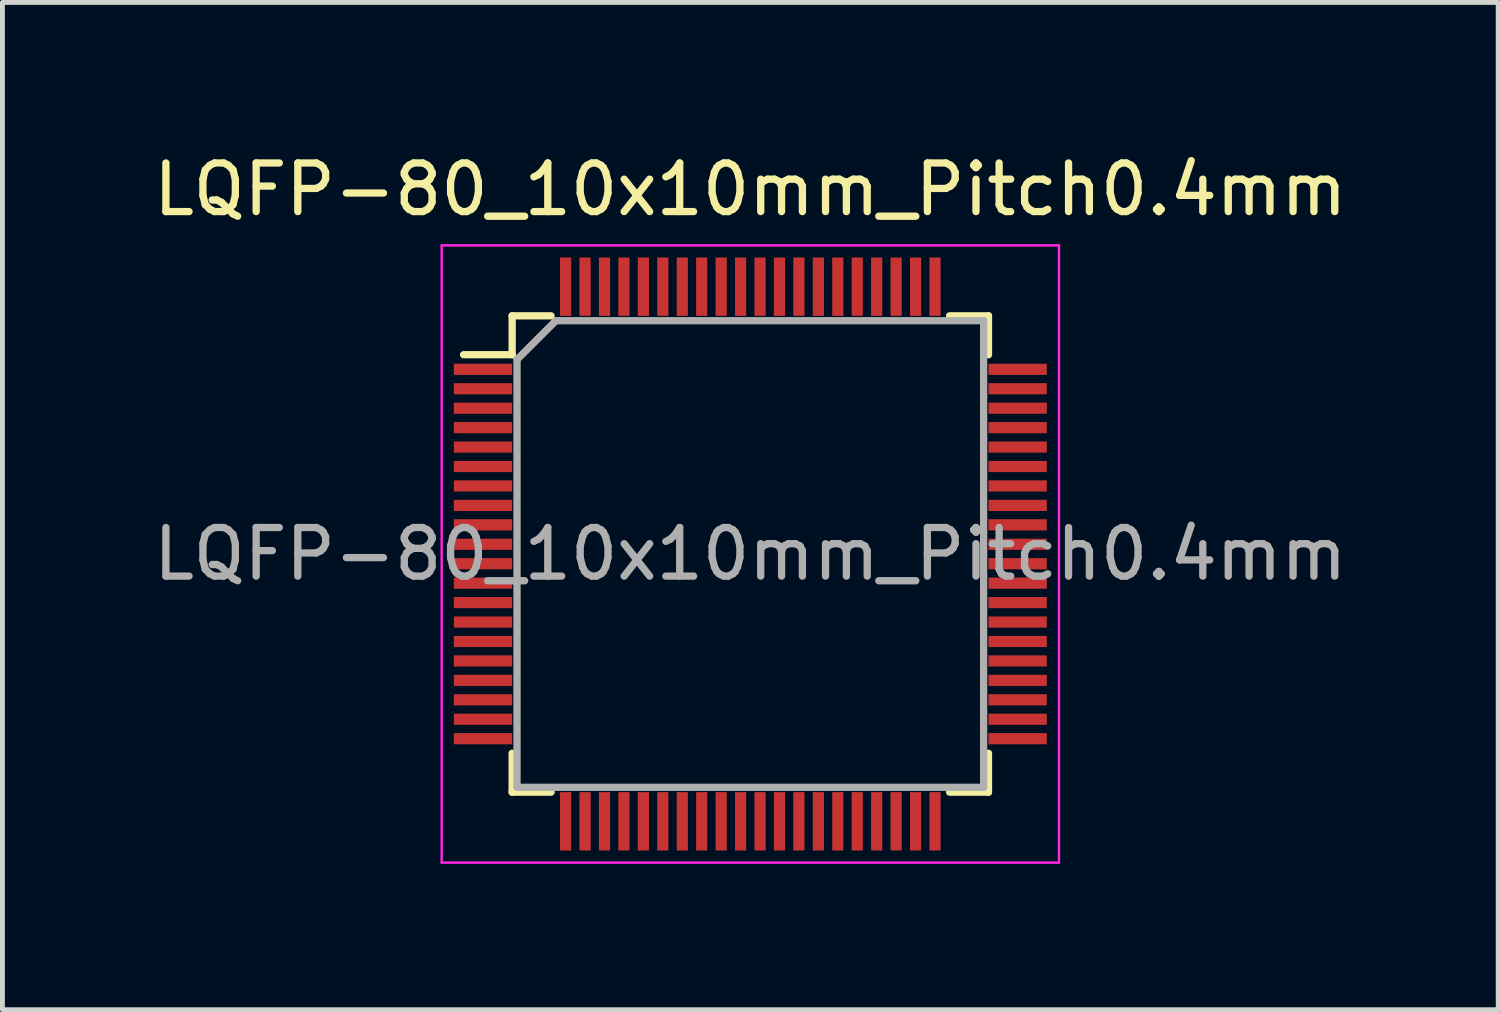
<source format=kicad_pcb>
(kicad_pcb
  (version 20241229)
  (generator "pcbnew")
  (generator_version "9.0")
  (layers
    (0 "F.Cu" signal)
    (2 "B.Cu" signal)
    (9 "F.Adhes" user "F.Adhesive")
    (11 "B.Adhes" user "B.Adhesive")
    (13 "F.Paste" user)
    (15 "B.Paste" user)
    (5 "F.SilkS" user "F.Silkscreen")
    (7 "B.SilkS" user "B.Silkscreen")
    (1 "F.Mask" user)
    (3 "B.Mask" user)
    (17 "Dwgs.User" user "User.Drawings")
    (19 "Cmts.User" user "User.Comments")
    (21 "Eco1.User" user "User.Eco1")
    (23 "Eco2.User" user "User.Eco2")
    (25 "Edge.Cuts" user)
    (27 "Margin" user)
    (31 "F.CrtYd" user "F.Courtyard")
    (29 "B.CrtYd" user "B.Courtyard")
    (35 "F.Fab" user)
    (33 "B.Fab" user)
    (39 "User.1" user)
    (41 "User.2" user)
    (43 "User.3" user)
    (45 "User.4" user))
  (footprint "LQFP-80_10x10mm_Pitch0.4mm"
    (layer "F.Cu")
    (at 12.387 8.348)
    (property "Reference" "LQFP-80_10x10mm_Pitch0.4mm" (at 0 -7.5 0) (layer "F.SilkS") (effects (font (size 1 1) (thickness 0.15))))
    (attr smd)
    (fp_line (start -5.9 -4.1) (end -4.9 -4.1) (stroke (width 0.15) (type solid)) (layer "F.SilkS"))
    (fp_line (start -4.9 -4.9) (end -4.1 -4.9) (stroke (width 0.15) (type solid)) (layer "F.SilkS"))
    (fp_line (start -4.9 -4.1) (end -4.9 -4.9) (stroke (width 0.15) (type solid)) (layer "F.SilkS"))
    (fp_line (start -4.9 4.9) (end -4.9 4.1) (stroke (width 0.15) (type solid)) (layer "F.SilkS"))
    (fp_line (start -4.1 4.9) (end -4.9 4.9) (stroke (width 0.15) (type solid)) (layer "F.SilkS"))
    (fp_line (start 4.1 -4.9) (end 4.9 -4.9) (stroke (width 0.15) (type solid)) (layer "F.SilkS"))
    (fp_line (start 4.1 4.9) (end 4.9 4.9) (stroke (width 0.15) (type solid)) (layer "F.SilkS"))
    (fp_line (start 4.9 -4.9) (end 4.9 -4.1) (stroke (width 0.15) (type solid)) (layer "F.SilkS"))
    (fp_line (start 4.9 4.9) (end 4.9 4.1) (stroke (width 0.15) (type solid)) (layer "F.SilkS"))
    (fp_line (start -6.35 -6.35) (end 6.35 -6.35) (stroke (width 0.05) (type solid)) (layer "F.CrtYd"))
    (fp_line (start -6.35 6.35) (end -6.35 -6.35) (stroke (width 0.05) (type solid)) (layer "F.CrtYd"))
    (fp_line (start 6.35 -6.35) (end 6.35 6.35) (stroke (width 0.05) (type solid)) (layer "F.CrtYd"))
    (fp_line (start 6.35 6.35) (end -6.35 6.35) (stroke (width 0.05) (type solid)) (layer "F.CrtYd"))
    (fp_line (start -4.8 -4) (end -4 -4.8) (stroke (width 0.15) (type solid)) (layer "F.Fab"))
    (fp_line (start -4.8 4.8) (end -4.8 -4) (stroke (width 0.15) (type solid)) (layer "F.Fab"))
    (fp_line (start -4 -4.8) (end 4.8 -4.8) (stroke (width 0.15) (type solid)) (layer "F.Fab"))
    (fp_line (start 4.8 -4.8) (end 4.8 4.8) (stroke (width 0.15) (type solid)) (layer "F.Fab"))
    (fp_line (start 4.8 4.8) (end -4.8 4.8) (stroke (width 0.15) (type solid)) (layer "F.Fab"))
    (fp_text user "${REFERENCE}" (at 0 0 0) (layer "F.Fab") (effects (font (size 1 1) (thickness 0.15))))
    (pad "1" smd rect (at -5.5 -3.8 90) (size 0.23 1.2) (layers "F.Cu" "F.Mask" "F.Paste"))
    (pad "2" smd rect (at -5.5 -3.4 90) (size 0.23 1.2) (layers "F.Cu" "F.Mask" "F.Paste"))
    (pad "3" smd rect (at -5.5 -3 90) (size 0.23 1.2) (layers "F.Cu" "F.Mask" "F.Paste"))
    (pad "4" smd rect (at -5.5 -2.6 90) (size 0.23 1.2) (layers "F.Cu" "F.Mask" "F.Paste"))
    (pad "5" smd rect (at -5.5 -2.2 90) (size 0.23 1.2) (layers "F.Cu" "F.Mask" "F.Paste"))
    (pad "6" smd rect (at -5.5 -1.8 90) (size 0.23 1.2) (layers "F.Cu" "F.Mask" "F.Paste"))
    (pad "7" smd rect (at -5.5 -1.4 90) (size 0.23 1.2) (layers "F.Cu" "F.Mask" "F.Paste"))
    (pad "8" smd rect (at -5.5 -1 90) (size 0.23 1.2) (layers "F.Cu" "F.Mask" "F.Paste"))
    (pad "9" smd rect (at -5.5 -0.6 90) (size 0.23 1.2) (layers "F.Cu" "F.Mask" "F.Paste"))
    (pad "10" smd rect (at -5.5 -0.2 90) (size 0.23 1.2) (layers "F.Cu" "F.Mask" "F.Paste"))
    (pad "11" smd rect (at -5.5 0.2 90) (size 0.23 1.2) (layers "F.Cu" "F.Mask" "F.Paste"))
    (pad "12" smd rect (at -5.5 0.6 90) (size 0.23 1.2) (layers "F.Cu" "F.Mask" "F.Paste"))
    (pad "13" smd rect (at -5.5 1 90) (size 0.23 1.2) (layers "F.Cu" "F.Mask" "F.Paste"))
    (pad "14" smd rect (at -5.5 1.4 90) (size 0.23 1.2) (layers "F.Cu" "F.Mask" "F.Paste"))
    (pad "15" smd rect (at -5.5 1.8 90) (size 0.23 1.2) (layers "F.Cu" "F.Mask" "F.Paste"))
    (pad "16" smd rect (at -5.5 2.2 90) (size 0.23 1.2) (layers "F.Cu" "F.Mask" "F.Paste"))
    (pad "17" smd rect (at -5.5 2.6 90) (size 0.23 1.2) (layers "F.Cu" "F.Mask" "F.Paste"))
    (pad "18" smd rect (at -5.5 3 90) (size 0.23 1.2) (layers "F.Cu" "F.Mask" "F.Paste"))
    (pad "19" smd rect (at -5.5 3.4 90) (size 0.23 1.2) (layers "F.Cu" "F.Mask" "F.Paste"))
    (pad "20" smd rect (at -5.5 3.8 90) (size 0.23 1.2) (layers "F.Cu" "F.Mask" "F.Paste"))
    (pad "21" smd rect (at -3.8 5.5) (size 0.23 1.2) (layers "F.Cu" "F.Mask" "F.Paste"))
    (pad "22" smd rect (at -3.4 5.5) (size 0.23 1.2) (layers "F.Cu" "F.Mask" "F.Paste"))
    (pad "23" smd rect (at -3 5.5) (size 0.23 1.2) (layers "F.Cu" "F.Mask" "F.Paste"))
    (pad "24" smd rect (at -2.6 5.5) (size 0.23 1.2) (layers "F.Cu" "F.Mask" "F.Paste"))
    (pad "25" smd rect (at -2.2 5.5) (size 0.23 1.2) (layers "F.Cu" "F.Mask" "F.Paste"))
    (pad "26" smd rect (at -1.8 5.5) (size 0.23 1.2) (layers "F.Cu" "F.Mask" "F.Paste"))
    (pad "27" smd rect (at -1.4 5.5) (size 0.23 1.2) (layers "F.Cu" "F.Mask" "F.Paste"))
    (pad "28" smd rect (at -1 5.5) (size 0.23 1.2) (layers "F.Cu" "F.Mask" "F.Paste"))
    (pad "29" smd rect (at -0.6 5.5) (size 0.23 1.2) (layers "F.Cu" "F.Mask" "F.Paste"))
    (pad "30" smd rect (at -0.2 5.5) (size 0.23 1.2) (layers "F.Cu" "F.Mask" "F.Paste"))
    (pad "31" smd rect (at 0.2 5.5) (size 0.23 1.2) (layers "F.Cu" "F.Mask" "F.Paste"))
    (pad "32" smd rect (at 0.6 5.5) (size 0.23 1.2) (layers "F.Cu" "F.Mask" "F.Paste"))
    (pad "33" smd rect (at 1 5.5) (size 0.23 1.2) (layers "F.Cu" "F.Mask" "F.Paste"))
    (pad "34" smd rect (at 1.4 5.5) (size 0.23 1.2) (layers "F.Cu" "F.Mask" "F.Paste"))
    (pad "35" smd rect (at 1.8 5.5) (size 0.23 1.2) (layers "F.Cu" "F.Mask" "F.Paste"))
    (pad "36" smd rect (at 2.2 5.5) (size 0.23 1.2) (layers "F.Cu" "F.Mask" "F.Paste"))
    (pad "37" smd rect (at 2.6 5.5) (size 0.23 1.2) (layers "F.Cu" "F.Mask" "F.Paste"))
    (pad "38" smd rect (at 3 5.5) (size 0.23 1.2) (layers "F.Cu" "F.Mask" "F.Paste"))
    (pad "39" smd rect (at 3.4 5.5) (size 0.23 1.2) (layers "F.Cu" "F.Mask" "F.Paste"))
    (pad "40" smd rect (at 3.8 5.5) (size 0.23 1.2) (layers "F.Cu" "F.Mask" "F.Paste"))
    (pad "41" smd rect (at 5.5 3.8 90) (size 0.23 1.2) (layers "F.Cu" "F.Mask" "F.Paste"))
    (pad "42" smd rect (at 5.5 3.4 90) (size 0.23 1.2) (layers "F.Cu" "F.Mask" "F.Paste"))
    (pad "43" smd rect (at 5.5 3 90) (size 0.23 1.2) (layers "F.Cu" "F.Mask" "F.Paste"))
    (pad "44" smd rect (at 5.5 2.6 90) (size 0.23 1.2) (layers "F.Cu" "F.Mask" "F.Paste"))
    (pad "45" smd rect (at 5.5 2.2 90) (size 0.23 1.2) (layers "F.Cu" "F.Mask" "F.Paste"))
    (pad "46" smd rect (at 5.5 1.8 90) (size 0.23 1.2) (layers "F.Cu" "F.Mask" "F.Paste"))
    (pad "47" smd rect (at 5.5 1.4 90) (size 0.23 1.2) (layers "F.Cu" "F.Mask" "F.Paste"))
    (pad "48" smd rect (at 5.5 1 90) (size 0.23 1.2) (layers "F.Cu" "F.Mask" "F.Paste"))
    (pad "49" smd rect (at 5.5 0.6 90) (size 0.23 1.2) (layers "F.Cu" "F.Mask" "F.Paste"))
    (pad "50" smd rect (at 5.5 0.2 90) (size 0.23 1.2) (layers "F.Cu" "F.Mask" "F.Paste"))
    (pad "51" smd rect (at 5.5 -0.2 90) (size 0.23 1.2) (layers "F.Cu" "F.Mask" "F.Paste"))
    (pad "52" smd rect (at 5.5 -0.6 90) (size 0.23 1.2) (layers "F.Cu" "F.Mask" "F.Paste"))
    (pad "53" smd rect (at 5.5 -1 90) (size 0.23 1.2) (layers "F.Cu" "F.Mask" "F.Paste"))
    (pad "54" smd rect (at 5.5 -1.4 90) (size 0.23 1.2) (layers "F.Cu" "F.Mask" "F.Paste"))
    (pad "55" smd rect (at 5.5 -1.8 90) (size 0.23 1.2) (layers "F.Cu" "F.Mask" "F.Paste"))
    (pad "56" smd rect (at 5.5 -2.2 90) (size 0.23 1.2) (layers "F.Cu" "F.Mask" "F.Paste"))
    (pad "57" smd rect (at 5.5 -2.6 90) (size 0.23 1.2) (layers "F.Cu" "F.Mask" "F.Paste"))
    (pad "58" smd rect (at 5.5 -3 90) (size 0.23 1.2) (layers "F.Cu" "F.Mask" "F.Paste"))
    (pad "59" smd rect (at 5.5 -3.4 90) (size 0.23 1.2) (layers "F.Cu" "F.Mask" "F.Paste"))
    (pad "60" smd rect (at 5.5 -3.8 90) (size 0.23 1.2) (layers "F.Cu" "F.Mask" "F.Paste"))
    (pad "61" smd rect (at 3.8 -5.5) (size 0.23 1.2) (layers "F.Cu" "F.Mask" "F.Paste"))
    (pad "62" smd rect (at 3.4 -5.5) (size 0.23 1.2) (layers "F.Cu" "F.Mask" "F.Paste"))
    (pad "63" smd rect (at 3 -5.5) (size 0.23 1.2) (layers "F.Cu" "F.Mask" "F.Paste"))
    (pad "64" smd rect (at 2.6 -5.5) (size 0.23 1.2) (layers "F.Cu" "F.Mask" "F.Paste"))
    (pad "65" smd rect (at 2.2 -5.5) (size 0.23 1.2) (layers "F.Cu" "F.Mask" "F.Paste"))
    (pad "66" smd rect (at 1.8 -5.5) (size 0.23 1.2) (layers "F.Cu" "F.Mask" "F.Paste"))
    (pad "67" smd rect (at 1.4 -5.5) (size 0.23 1.2) (layers "F.Cu" "F.Mask" "F.Paste"))
    (pad "68" smd rect (at 1 -5.5) (size 0.23 1.2) (layers "F.Cu" "F.Mask" "F.Paste"))
    (pad "69" smd rect (at 0.6 -5.5) (size 0.23 1.2) (layers "F.Cu" "F.Mask" "F.Paste"))
    (pad "70" smd rect (at 0.2 -5.5) (size 0.23 1.2) (layers "F.Cu" "F.Mask" "F.Paste"))
    (pad "71" smd rect (at -0.2 -5.5) (size 0.23 1.2) (layers "F.Cu" "F.Mask" "F.Paste"))
    (pad "72" smd rect (at -0.6 -5.5) (size 0.23 1.2) (layers "F.Cu" "F.Mask" "F.Paste"))
    (pad "73" smd rect (at -1 -5.5) (size 0.23 1.2) (layers "F.Cu" "F.Mask" "F.Paste"))
    (pad "74" smd rect (at -1.4 -5.5) (size 0.23 1.2) (layers "F.Cu" "F.Mask" "F.Paste"))
    (pad "75" smd rect (at -1.8 -5.5) (size 0.23 1.2) (layers "F.Cu" "F.Mask" "F.Paste"))
    (pad "76" smd rect (at -2.2 -5.5) (size 0.23 1.2) (layers "F.Cu" "F.Mask" "F.Paste"))
    (pad "77" smd rect (at -2.6 -5.5) (size 0.23 1.2) (layers "F.Cu" "F.Mask" "F.Paste"))
    (pad "78" smd rect (at -3 -5.5) (size 0.23 1.2) (layers "F.Cu" "F.Mask" "F.Paste"))
    (pad "79" smd rect (at -3.4 -5.5) (size 0.23 1.2) (layers "F.Cu" "F.Mask" "F.Paste"))
    (pad "80" smd rect (at -3.8 -5.5) (size 0.23 1.2) (layers "F.Cu" "F.Mask" "F.Paste")))
  (gr_rect
    (start -3 -3)
    (end 27.774 17.723)
    (stroke (width 0.1) (type default))
    (fill no)
    (layer "Edge.Cuts")))
</source>
